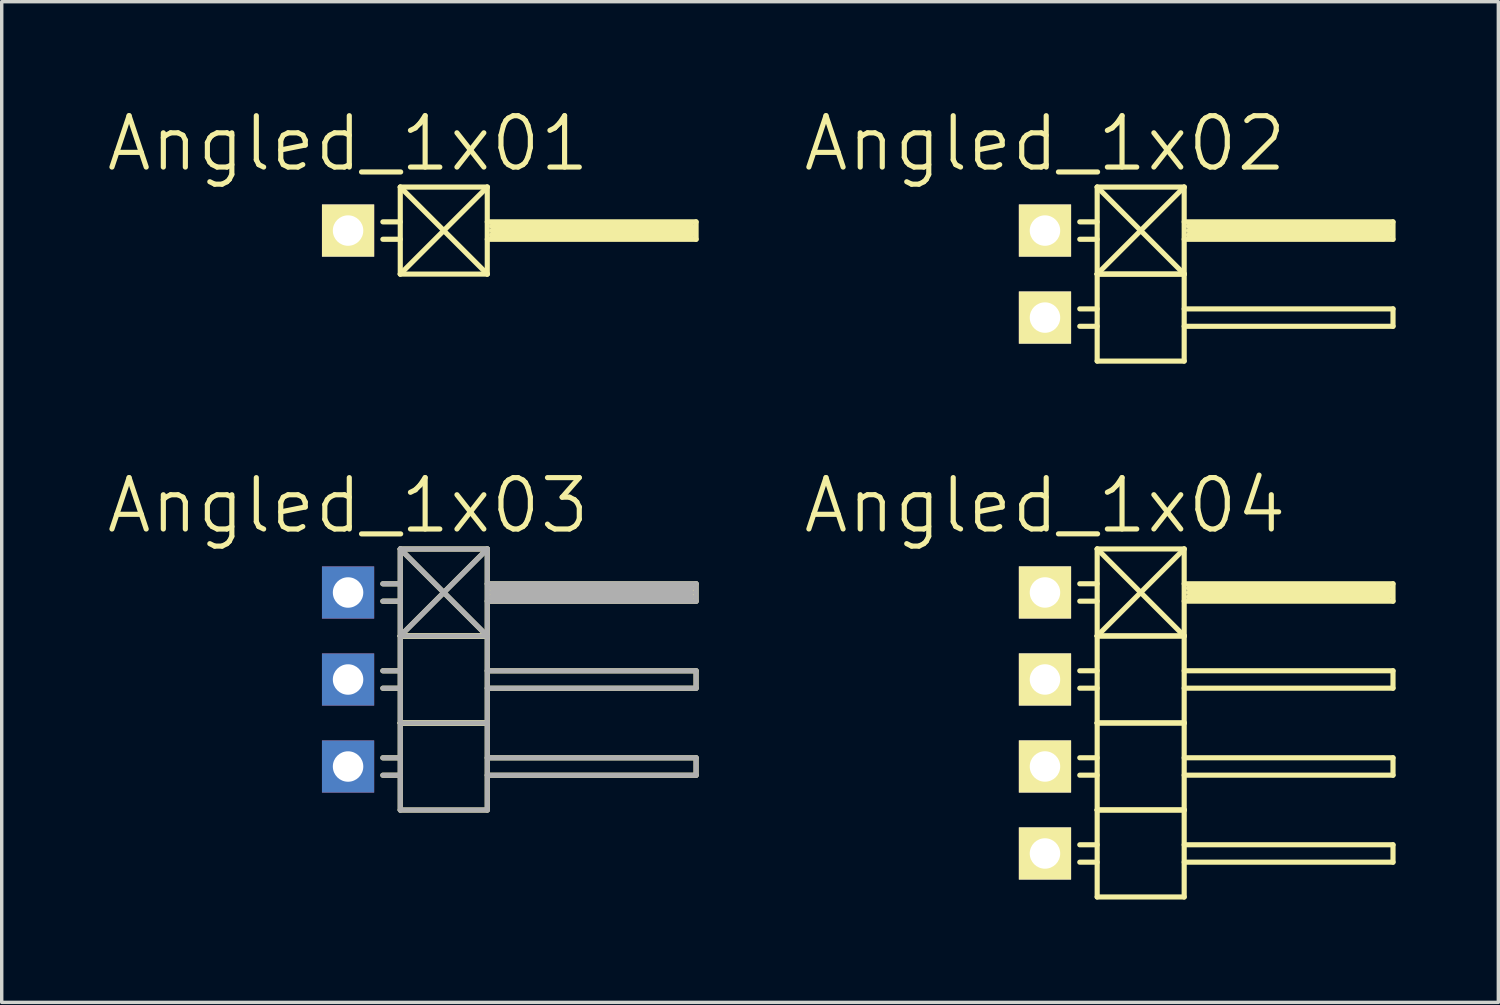
<source format=kicad_pcb>
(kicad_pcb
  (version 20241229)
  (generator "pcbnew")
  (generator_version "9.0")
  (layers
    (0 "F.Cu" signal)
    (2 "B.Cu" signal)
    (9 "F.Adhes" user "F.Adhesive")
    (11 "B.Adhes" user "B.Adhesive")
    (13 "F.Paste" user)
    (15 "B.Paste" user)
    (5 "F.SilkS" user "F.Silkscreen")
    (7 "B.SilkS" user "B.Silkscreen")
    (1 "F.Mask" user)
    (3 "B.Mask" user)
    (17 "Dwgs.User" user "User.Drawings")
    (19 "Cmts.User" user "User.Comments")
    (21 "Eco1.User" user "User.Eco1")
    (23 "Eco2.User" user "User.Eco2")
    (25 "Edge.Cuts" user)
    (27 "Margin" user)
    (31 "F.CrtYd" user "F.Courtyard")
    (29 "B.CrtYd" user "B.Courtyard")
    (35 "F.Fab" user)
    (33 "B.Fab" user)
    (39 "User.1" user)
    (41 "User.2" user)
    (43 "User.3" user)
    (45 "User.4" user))
  (footprint "Angled_1x01"
    (layer "F.Cu")
    (at 7.111 3.681)
    (property "Reference" "Angled_1x01" (at 0 -2.54 0) (layer "F.SilkS") (effects (font (size 1.5 1.5) (thickness 0.15))))
    (attr through_hole)
    (fp_line (start 1.524 -1.27) (end 1.524 1.27) (stroke (width 0.15) (type solid)) (layer "F.SilkS"))
    (fp_line (start 1.524 -1.27) (end 4.064 -1.27) (stroke (width 0.15) (type solid)) (layer "F.SilkS"))
    (fp_line (start 1.524 -0.254) (end 1.016 -0.254) (stroke (width 0.15) (type solid)) (layer "F.SilkS"))
    (fp_line (start 1.524 0.254) (end 1.016 0.254) (stroke (width 0.15) (type solid)) (layer "F.SilkS"))
    (fp_line (start 1.524 1.27) (end 4.064 1.27) (stroke (width 0.15) (type solid)) (layer "F.SilkS"))
    (fp_line (start 4.064 -1.27) (end 1.524 1.27) (stroke (width 0.15) (type solid)) (layer "F.SilkS"))
    (fp_line (start 4.064 -0.254) (end 10.16 -0.254) (stroke (width 0.15) (type solid)) (layer "F.SilkS"))
    (fp_line (start 4.064 1.27) (end 1.524 -1.27) (stroke (width 0.15) (type solid)) (layer "F.SilkS"))
    (fp_line (start 4.064 1.27) (end 4.064 -1.27) (stroke (width 0.15) (type solid)) (layer "F.SilkS"))
    (fp_line (start 4.191 -0.127) (end 10.033 -0.127) (stroke (width 0.15) (type solid)) (layer "F.SilkS"))
    (fp_line (start 4.191 0) (end 10.033 0) (stroke (width 0.15) (type solid)) (layer "F.SilkS"))
    (fp_line (start 10.033 -0.127) (end 10.033 0.127) (stroke (width 0.15) (type solid)) (layer "F.SilkS"))
    (fp_line (start 10.033 0.127) (end 4.191 0.127) (stroke (width 0.15) (type solid)) (layer "F.SilkS"))
    (fp_line (start 10.16 -0.254) (end 10.16 0.254) (stroke (width 0.15) (type solid)) (layer "F.SilkS"))
    (fp_line (start 10.16 0.254) (end 4.064 0.254) (stroke (width 0.15) (type solid)) (layer "F.SilkS"))
    (pad "1" thru_hole rect (at 0 0) (size 1.524 1.524) (drill 0.889) (layers "*.Cu" "*.Mask" "F.SilkS")))
  (footprint "Angled_1x02"
    (layer "F.Cu")
    (at 27.456 4.951)
    (property "Reference" "Angled_1x02" (at 0 -3.81 0) (layer "F.SilkS") (effects (font (size 1.5 1.5) (thickness 0.15))))
    (attr through_hole)
    (fp_line (start 1.524 -2.54) (end 1.524 0) (stroke (width 0.15) (type solid)) (layer "F.SilkS"))
    (fp_line (start 1.524 -2.54) (end 4.064 -2.54) (stroke (width 0.15) (type solid)) (layer "F.SilkS"))
    (fp_line (start 1.524 -1.524) (end 1.016 -1.524) (stroke (width 0.15) (type solid)) (layer "F.SilkS"))
    (fp_line (start 1.524 -1.016) (end 1.016 -1.016) (stroke (width 0.15) (type solid)) (layer "F.SilkS"))
    (fp_line (start 1.524 0) (end 1.524 2.54) (stroke (width 0.15) (type solid)) (layer "F.SilkS"))
    (fp_line (start 1.524 0) (end 4.064 0) (stroke (width 0.15) (type solid)) (layer "F.SilkS"))
    (fp_line (start 1.524 0) (end 4.064 0) (stroke (width 0.15) (type solid)) (layer "F.SilkS"))
    (fp_line (start 1.524 1.016) (end 1.016 1.016) (stroke (width 0.15) (type solid)) (layer "F.SilkS"))
    (fp_line (start 1.524 1.524) (end 1.016 1.524) (stroke (width 0.15) (type solid)) (layer "F.SilkS"))
    (fp_line (start 1.524 2.54) (end 4.064 2.54) (stroke (width 0.15) (type solid)) (layer "F.SilkS"))
    (fp_line (start 4.064 -2.54) (end 1.524 0) (stroke (width 0.15) (type solid)) (layer "F.SilkS"))
    (fp_line (start 4.064 -1.524) (end 10.16 -1.524) (stroke (width 0.15) (type solid)) (layer "F.SilkS"))
    (fp_line (start 4.064 0) (end 1.524 -2.54) (stroke (width 0.15) (type solid)) (layer "F.SilkS"))
    (fp_line (start 4.064 0) (end 4.064 -2.54) (stroke (width 0.15) (type solid)) (layer "F.SilkS"))
    (fp_line (start 4.064 1.016) (end 10.16 1.016) (stroke (width 0.15) (type solid)) (layer "F.SilkS"))
    (fp_line (start 4.064 2.54) (end 4.064 0) (stroke (width 0.15) (type solid)) (layer "F.SilkS"))
    (fp_line (start 4.191 -1.397) (end 10.033 -1.397) (stroke (width 0.15) (type solid)) (layer "F.SilkS"))
    (fp_line (start 4.191 -1.27) (end 10.033 -1.27) (stroke (width 0.15) (type solid)) (layer "F.SilkS"))
    (fp_line (start 10.033 -1.397) (end 10.033 -1.143) (stroke (width 0.15) (type solid)) (layer "F.SilkS"))
    (fp_line (start 10.033 -1.143) (end 4.191 -1.143) (stroke (width 0.15) (type solid)) (layer "F.SilkS"))
    (fp_line (start 10.16 -1.524) (end 10.16 -1.016) (stroke (width 0.15) (type solid)) (layer "F.SilkS"))
    (fp_line (start 10.16 -1.016) (end 4.064 -1.016) (stroke (width 0.15) (type solid)) (layer "F.SilkS"))
    (fp_line (start 10.16 1.016) (end 10.16 1.524) (stroke (width 0.15) (type solid)) (layer "F.SilkS"))
    (fp_line (start 10.16 1.524) (end 4.064 1.524) (stroke (width 0.15) (type solid)) (layer "F.SilkS"))
    (pad "1" thru_hole rect (at 0 -1.27) (size 1.524 1.524) (drill 0.889) (layers "*.Cu" "*.Mask" "F.SilkS"))
    (pad "2" thru_hole rect (at 0 1.27) (size 1.524 1.524) (drill 0.889) (layers "*.Cu" "*.Mask" "F.SilkS")))
  (footprint "Angled_1x03"
    (layer "F.Cu")
    (at 7.111 16.787)
    (property "Reference" "Angled_1x03" (at 0 -5.08 0) (layer "F.SilkS") (effects (font (size 1.5 1.5) (thickness 0.15))))
    (attr through_hole)
    (fp_line (start 1.524 -3.81) (end 1.524 -1.27) (stroke (width 0.15) (type solid)) (layer "F.SilkS"))
    (fp_line (start 1.524 -3.81) (end 4.064 -3.81) (stroke (width 0.15) (type solid)) (layer "F.SilkS"))
    (fp_line (start 1.524 -2.794) (end 1.016 -2.794) (stroke (width 0.15) (type solid)) (layer "F.SilkS"))
    (fp_line (start 1.524 -2.286) (end 1.016 -2.286) (stroke (width 0.15) (type solid)) (layer "F.SilkS"))
    (fp_line (start 1.524 -1.27) (end 1.524 1.27) (stroke (width 0.15) (type solid)) (layer "F.SilkS"))
    (fp_line (start 1.524 -1.27) (end 4.064 -1.27) (stroke (width 0.15) (type solid)) (layer "F.SilkS"))
    (fp_line (start 1.524 -1.27) (end 4.064 -1.27) (stroke (width 0.15) (type solid)) (layer "F.SilkS"))
    (fp_line (start 1.524 -1.27) (end 4.064 -1.27) (stroke (width 0.15) (type solid)) (layer "F.SilkS"))
    (fp_line (start 1.524 -0.254) (end 1.016 -0.254) (stroke (width 0.15) (type solid)) (layer "F.SilkS"))
    (fp_line (start 1.524 0.254) (end 1.016 0.254) (stroke (width 0.15) (type solid)) (layer "F.SilkS"))
    (fp_line (start 1.524 1.27) (end 1.524 3.81) (stroke (width 0.15) (type solid)) (layer "F.SilkS"))
    (fp_line (start 1.524 1.27) (end 4.064 1.27) (stroke (width 0.15) (type solid)) (layer "F.SilkS"))
    (fp_line (start 1.524 1.27) (end 4.064 1.27) (stroke (width 0.15) (type solid)) (layer "F.SilkS"))
    (fp_line (start 1.524 1.27) (end 4.064 1.27) (stroke (width 0.15) (type solid)) (layer "F.SilkS"))
    (fp_line (start 1.524 2.286) (end 1.016 2.286) (stroke (width 0.15) (type solid)) (layer "F.SilkS"))
    (fp_line (start 1.524 2.794) (end 1.016 2.794) (stroke (width 0.15) (type solid)) (layer "F.SilkS"))
    (fp_line (start 1.524 3.81) (end 4.064 3.81) (stroke (width 0.15) (type solid)) (layer "F.SilkS"))
    (fp_line (start 4.064 -3.81) (end 1.524 -1.27) (stroke (width 0.15) (type solid)) (layer "F.SilkS"))
    (fp_line (start 4.064 -2.794) (end 10.16 -2.794) (stroke (width 0.15) (type solid)) (layer "F.SilkS"))
    (fp_line (start 4.064 -1.27) (end 1.524 -3.81) (stroke (width 0.15) (type solid)) (layer "F.SilkS"))
    (fp_line (start 4.064 -1.27) (end 4.064 -3.81) (stroke (width 0.15) (type solid)) (layer "F.SilkS"))
    (fp_line (start 4.064 -0.254) (end 10.16 -0.254) (stroke (width 0.15) (type solid)) (layer "F.SilkS"))
    (fp_line (start 4.064 1.27) (end 4.064 -1.27) (stroke (width 0.15) (type solid)) (layer "F.SilkS"))
    (fp_line (start 4.064 2.286) (end 10.16 2.286) (stroke (width 0.15) (type solid)) (layer "F.SilkS"))
    (fp_line (start 4.064 3.81) (end 4.064 1.27) (stroke (width 0.15) (type solid)) (layer "F.SilkS"))
    (fp_line (start 4.191 -2.667) (end 10.033 -2.667) (stroke (width 0.15) (type solid)) (layer "F.SilkS"))
    (fp_line (start 4.191 -2.54) (end 10.033 -2.54) (stroke (width 0.15) (type solid)) (layer "F.SilkS"))
    (fp_line (start 10.033 -2.667) (end 10.033 -2.413) (stroke (width 0.15) (type solid)) (layer "F.SilkS"))
    (fp_line (start 10.033 -2.667) (end 10.033 -2.413) (stroke (width 0.15) (type solid)) (layer "F.SilkS"))
    (fp_line (start 10.033 -2.413) (end 4.191 -2.413) (stroke (width 0.15) (type solid)) (layer "F.SilkS"))
    (fp_line (start 10.16 -2.794) (end 10.16 -2.286) (stroke (width 0.15) (type solid)) (layer "F.SilkS"))
    (fp_line (start 10.16 -2.286) (end 4.064 -2.286) (stroke (width 0.15) (type solid)) (layer "F.SilkS"))
    (fp_line (start 10.16 -0.254) (end 10.16 0.254) (stroke (width 0.15) (type solid)) (layer "F.SilkS"))
    (fp_line (start 10.16 0.254) (end 4.064 0.254) (stroke (width 0.15) (type solid)) (layer "F.SilkS"))
    (fp_line (start 10.16 2.286) (end 10.16 2.794) (stroke (width 0.15) (type solid)) (layer "F.SilkS"))
    (fp_line (start 10.16 2.794) (end 4.064 2.794) (stroke (width 0.15) (type solid)) (layer "F.SilkS"))
    (fp_line (start 1.524 -3.81) (end 1.524 -1.27) (stroke (width 0.15) (type solid)) (layer "F.Fab"))
    (fp_line (start 1.524 -3.81) (end 4.064 -3.81) (stroke (width 0.15) (type solid)) (layer "F.Fab"))
    (fp_line (start 1.524 -2.794) (end 1.016 -2.794) (stroke (width 0.15) (type solid)) (layer "F.Fab"))
    (fp_line (start 1.524 -2.286) (end 1.016 -2.286) (stroke (width 0.15) (type solid)) (layer "F.Fab"))
    (fp_line (start 1.524 -1.27) (end 1.524 1.27) (stroke (width 0.15) (type solid)) (layer "F.Fab"))
    (fp_line (start 1.524 -1.27) (end 4.064 -1.27) (stroke (width 0.15) (type solid)) (layer "F.Fab"))
    (fp_line (start 1.524 -0.254) (end 1.016 -0.254) (stroke (width 0.15) (type solid)) (layer "F.Fab"))
    (fp_line (start 1.524 0.254) (end 1.016 0.254) (stroke (width 0.15) (type solid)) (layer "F.Fab"))
    (fp_line (start 1.524 1.27) (end 1.524 3.81) (stroke (width 0.15) (type solid)) (layer "F.Fab"))
    (fp_line (start 1.524 1.27) (end 4.064 1.27) (stroke (width 0.15) (type solid)) (layer "F.Fab"))
    (fp_line (start 1.524 2.286) (end 1.016 2.286) (stroke (width 0.15) (type solid)) (layer "F.Fab"))
    (fp_line (start 1.524 2.794) (end 1.016 2.794) (stroke (width 0.15) (type solid)) (layer "F.Fab"))
    (fp_line (start 1.524 3.81) (end 4.064 3.81) (stroke (width 0.15) (type solid)) (layer "F.Fab"))
    (fp_line (start 4.064 -3.81) (end 1.524 -1.27) (stroke (width 0.15) (type solid)) (layer "F.Fab"))
    (fp_line (start 4.064 -2.794) (end 10.16 -2.794) (stroke (width 0.15) (type solid)) (layer "F.Fab"))
    (fp_line (start 4.064 -1.27) (end 1.524 -3.81) (stroke (width 0.15) (type solid)) (layer "F.Fab"))
    (fp_line (start 4.064 -1.27) (end 4.064 -3.81) (stroke (width 0.15) (type solid)) (layer "F.Fab"))
    (fp_line (start 4.064 -0.254) (end 10.16 -0.254) (stroke (width 0.15) (type solid)) (layer "F.Fab"))
    (fp_line (start 4.064 1.27) (end 4.064 -1.27) (stroke (width 0.15) (type solid)) (layer "F.Fab"))
    (fp_line (start 4.064 2.286) (end 10.16 2.286) (stroke (width 0.15) (type solid)) (layer "F.Fab"))
    (fp_line (start 4.064 3.81) (end 4.064 1.27) (stroke (width 0.15) (type solid)) (layer "F.Fab"))
    (fp_line (start 4.191 -2.667) (end 10.033 -2.667) (stroke (width 0.15) (type solid)) (layer "F.Fab"))
    (fp_line (start 4.191 -2.54) (end 10.033 -2.54) (stroke (width 0.15) (type solid)) (layer "F.Fab"))
    (fp_line (start 10.033 -2.413) (end 4.191 -2.413) (stroke (width 0.15) (type solid)) (layer "F.Fab"))
    (fp_line (start 10.16 -2.794) (end 10.16 -2.286) (stroke (width 0.15) (type solid)) (layer "F.Fab"))
    (fp_line (start 10.16 -2.286) (end 4.064 -2.286) (stroke (width 0.15) (type solid)) (layer "F.Fab"))
    (fp_line (start 10.16 -0.254) (end 10.16 0.254) (stroke (width 0.15) (type solid)) (layer "F.Fab"))
    (fp_line (start 10.16 0.254) (end 4.064 0.254) (stroke (width 0.15) (type solid)) (layer "F.Fab"))
    (fp_line (start 10.16 2.286) (end 10.16 2.794) (stroke (width 0.15) (type solid)) (layer "F.Fab"))
    (fp_line (start 10.16 2.794) (end 4.064 2.794) (stroke (width 0.15) (type solid)) (layer "F.Fab"))
    (pad "1" thru_hole rect (at 0 -2.54) (size 1.524 1.524) (drill 0.889) (layers "*.Cu" "*.Mask"))
    (pad "2" thru_hole rect (at 0 0) (size 1.524 1.524) (drill 0.889) (layers "*.Cu" "*.Mask"))
    (pad "3" thru_hole rect (at 0 2.54) (size 1.524 1.524) (drill 0.889) (layers "*.Cu" "*.Mask")))
  (footprint "Angled_1x04"
    (layer "F.Cu")
    (at 27.456 18.056)
    (property "Reference" "Angled_1x04" (at 0 -6.35 0) (layer "F.SilkS") (effects (font (size 1.5 1.5) (thickness 0.15))))
    (attr through_hole)
    (fp_line (start 1.524 -5.08) (end 1.524 -2.54) (stroke (width 0.15) (type solid)) (layer "F.SilkS"))
    (fp_line (start 1.524 -5.08) (end 4.064 -5.08) (stroke (width 0.15) (type solid)) (layer "F.SilkS"))
    (fp_line (start 1.524 -4.064) (end 1.016 -4.064) (stroke (width 0.15) (type solid)) (layer "F.SilkS"))
    (fp_line (start 1.524 -3.556) (end 1.016 -3.556) (stroke (width 0.15) (type solid)) (layer "F.SilkS"))
    (fp_line (start 1.524 -2.54) (end 1.524 0) (stroke (width 0.15) (type solid)) (layer "F.SilkS"))
    (fp_line (start 1.524 -2.54) (end 4.064 -2.54) (stroke (width 0.15) (type solid)) (layer "F.SilkS"))
    (fp_line (start 1.524 -2.54) (end 4.064 -2.54) (stroke (width 0.15) (type solid)) (layer "F.SilkS"))
    (fp_line (start 1.524 -1.524) (end 1.016 -1.524) (stroke (width 0.15) (type solid)) (layer "F.SilkS"))
    (fp_line (start 1.524 -1.016) (end 1.016 -1.016) (stroke (width 0.15) (type solid)) (layer "F.SilkS"))
    (fp_line (start 1.524 0) (end 1.524 2.54) (stroke (width 0.15) (type solid)) (layer "F.SilkS"))
    (fp_line (start 1.524 0) (end 4.064 0) (stroke (width 0.15) (type solid)) (layer "F.SilkS"))
    (fp_line (start 1.524 0) (end 4.064 0) (stroke (width 0.15) (type solid)) (layer "F.SilkS"))
    (fp_line (start 1.524 1.016) (end 1.016 1.016) (stroke (width 0.15) (type solid)) (layer "F.SilkS"))
    (fp_line (start 1.524 1.524) (end 1.016 1.524) (stroke (width 0.15) (type solid)) (layer "F.SilkS"))
    (fp_line (start 1.524 2.54) (end 1.524 5.08) (stroke (width 0.15) (type solid)) (layer "F.SilkS"))
    (fp_line (start 1.524 2.54) (end 4.064 2.54) (stroke (width 0.15) (type solid)) (layer "F.SilkS"))
    (fp_line (start 1.524 2.54) (end 4.064 2.54) (stroke (width 0.15) (type solid)) (layer "F.SilkS"))
    (fp_line (start 1.524 3.556) (end 1.016 3.556) (stroke (width 0.15) (type solid)) (layer "F.SilkS"))
    (fp_line (start 1.524 4.064) (end 1.016 4.064) (stroke (width 0.15) (type solid)) (layer "F.SilkS"))
    (fp_line (start 1.524 5.08) (end 4.064 5.08) (stroke (width 0.15) (type solid)) (layer "F.SilkS"))
    (fp_line (start 4.064 -5.08) (end 1.524 -2.54) (stroke (width 0.15) (type solid)) (layer "F.SilkS"))
    (fp_line (start 4.064 -4.064) (end 10.16 -4.064) (stroke (width 0.15) (type solid)) (layer "F.SilkS"))
    (fp_line (start 4.064 -2.54) (end 1.524 -5.08) (stroke (width 0.15) (type solid)) (layer "F.SilkS"))
    (fp_line (start 4.064 -2.54) (end 4.064 -5.08) (stroke (width 0.15) (type solid)) (layer "F.SilkS"))
    (fp_line (start 4.064 -1.524) (end 10.16 -1.524) (stroke (width 0.15) (type solid)) (layer "F.SilkS"))
    (fp_line (start 4.064 0) (end 4.064 -2.54) (stroke (width 0.15) (type solid)) (layer "F.SilkS"))
    (fp_line (start 4.064 1.016) (end 10.16 1.016) (stroke (width 0.15) (type solid)) (layer "F.SilkS"))
    (fp_line (start 4.064 2.54) (end 4.064 0) (stroke (width 0.15) (type solid)) (layer "F.SilkS"))
    (fp_line (start 4.064 3.556) (end 10.16 3.556) (stroke (width 0.15) (type solid)) (layer "F.SilkS"))
    (fp_line (start 4.064 5.08) (end 4.064 2.54) (stroke (width 0.15) (type solid)) (layer "F.SilkS"))
    (fp_line (start 4.191 -3.937) (end 10.033 -3.937) (stroke (width 0.15) (type solid)) (layer "F.SilkS"))
    (fp_line (start 4.191 -3.81) (end 10.033 -3.81) (stroke (width 0.15) (type solid)) (layer "F.SilkS"))
    (fp_line (start 10.033 -3.937) (end 10.033 -3.683) (stroke (width 0.15) (type solid)) (layer "F.SilkS"))
    (fp_line (start 10.033 -3.683) (end 4.191 -3.683) (stroke (width 0.15) (type solid)) (layer "F.SilkS"))
    (fp_line (start 10.16 -4.064) (end 10.16 -3.556) (stroke (width 0.15) (type solid)) (layer "F.SilkS"))
    (fp_line (start 10.16 -3.556) (end 4.064 -3.556) (stroke (width 0.15) (type solid)) (layer "F.SilkS"))
    (fp_line (start 10.16 -1.524) (end 10.16 -1.016) (stroke (width 0.15) (type solid)) (layer "F.SilkS"))
    (fp_line (start 10.16 -1.016) (end 4.064 -1.016) (stroke (width 0.15) (type solid)) (layer "F.SilkS"))
    (fp_line (start 10.16 1.016) (end 10.16 1.524) (stroke (width 0.15) (type solid)) (layer "F.SilkS"))
    (fp_line (start 10.16 1.524) (end 4.064 1.524) (stroke (width 0.15) (type solid)) (layer "F.SilkS"))
    (fp_line (start 10.16 3.556) (end 10.16 4.064) (stroke (width 0.15) (type solid)) (layer "F.SilkS"))
    (fp_line (start 10.16 4.064) (end 4.064 4.064) (stroke (width 0.15) (type solid)) (layer "F.SilkS"))
    (pad "1" thru_hole rect (at 0 -3.81) (size 1.524 1.524) (drill 0.889) (layers "*.Cu" "*.Mask" "F.SilkS"))
    (pad "2" thru_hole rect (at 0 -1.27) (size 1.524 1.524) (drill 0.889) (layers "*.Cu" "*.Mask" "F.SilkS"))
    (pad "3" thru_hole rect (at 0 1.27) (size 1.524 1.524) (drill 0.889) (layers "*.Cu" "*.Mask" "F.SilkS"))
    (pad "4" thru_hole rect (at 0 3.81) (size 1.524 1.524) (drill 0.889) (layers "*.Cu" "*.Mask" "F.SilkS")))
  (gr_rect
    (start -3 -3)
    (end 40.691 26.212)
    (stroke (width 0.1) (type default))
    (fill no)
    (layer "Edge.Cuts")))
</source>
